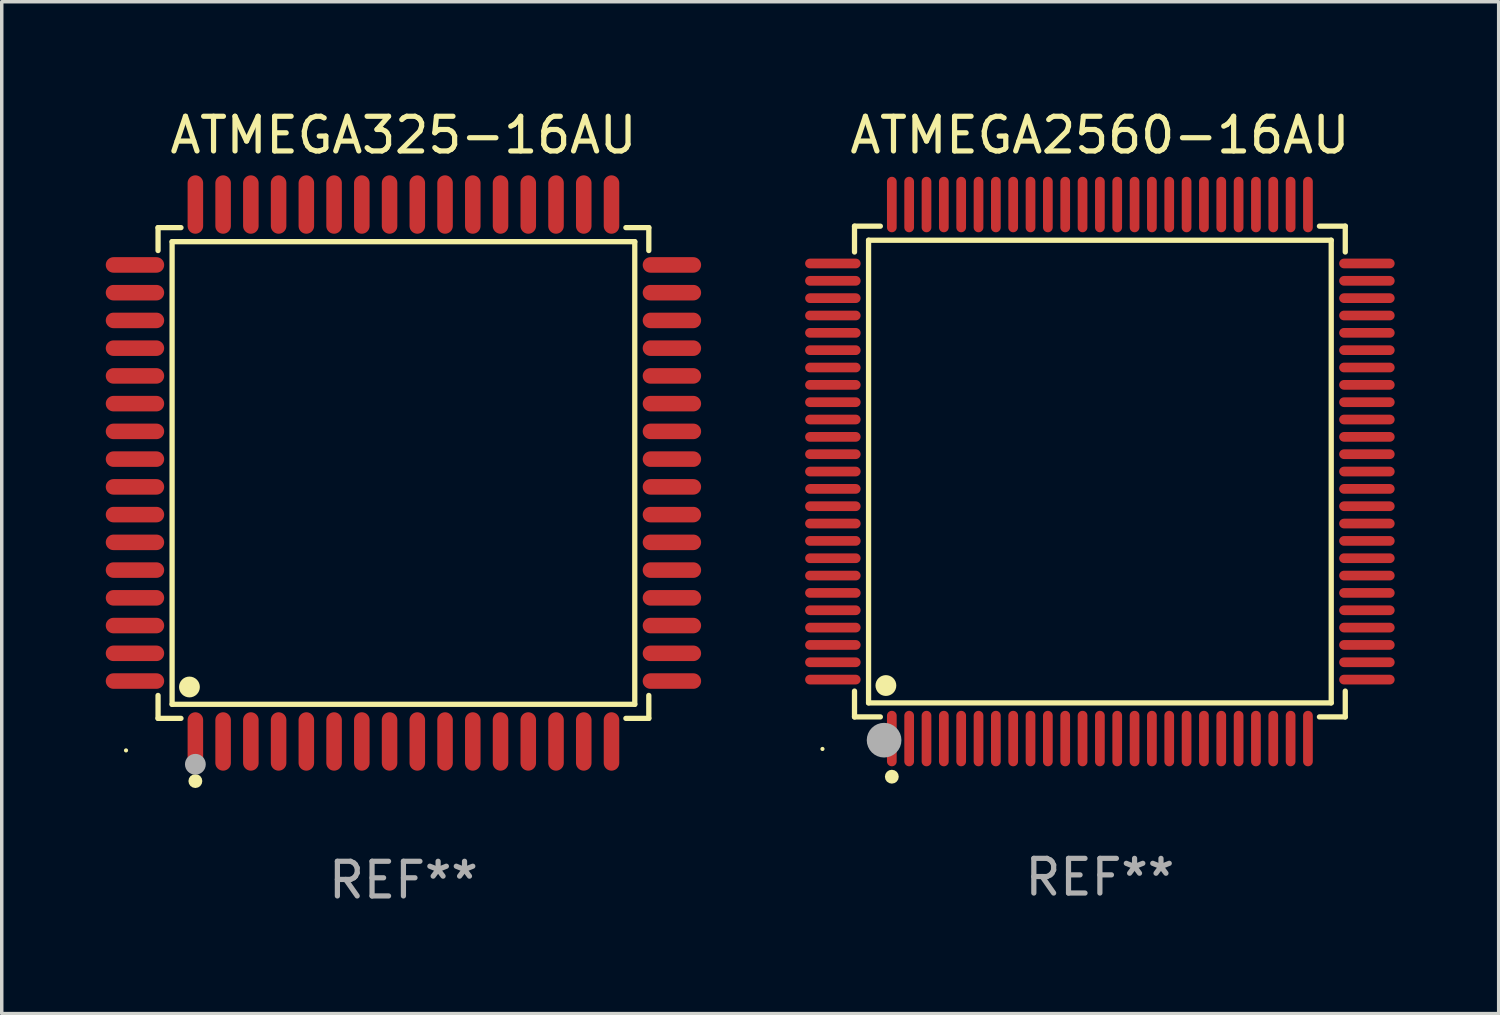
<source format=kicad_pcb>
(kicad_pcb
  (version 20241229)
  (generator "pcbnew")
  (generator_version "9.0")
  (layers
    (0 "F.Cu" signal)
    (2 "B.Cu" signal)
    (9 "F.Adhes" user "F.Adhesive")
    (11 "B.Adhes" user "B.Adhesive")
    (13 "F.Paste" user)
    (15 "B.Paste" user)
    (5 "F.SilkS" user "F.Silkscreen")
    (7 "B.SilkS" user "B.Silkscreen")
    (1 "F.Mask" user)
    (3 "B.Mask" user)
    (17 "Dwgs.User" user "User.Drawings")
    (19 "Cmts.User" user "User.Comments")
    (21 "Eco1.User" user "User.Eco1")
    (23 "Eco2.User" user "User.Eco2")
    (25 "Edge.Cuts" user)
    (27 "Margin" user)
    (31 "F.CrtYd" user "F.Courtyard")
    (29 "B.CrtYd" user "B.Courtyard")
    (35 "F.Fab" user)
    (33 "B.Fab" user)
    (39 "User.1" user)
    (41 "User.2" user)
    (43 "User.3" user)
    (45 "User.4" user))
  (footprint "ATMEGA2560-16AU"
    (layer "F.Cu")
    (at 28.668 10.548)
    (property "Reference" "ATMEGA2560-16AU" (at 0 -9.7 0) (layer "F.SilkS") (effects (font (size 1 1) (thickness 0.15))))
    (attr through_hole)
    (fp_line (start -7.076 -7.076) (end -6.331 -7.076) (stroke (width 0.152) (type solid)) (layer "F.SilkS"))
    (fp_line (start -7.076 -6.331) (end -7.076 -7.076) (stroke (width 0.152) (type solid)) (layer "F.SilkS"))
    (fp_line (start -7.076 6.331) (end -7.076 7.076) (stroke (width 0.152) (type solid)) (layer "F.SilkS"))
    (fp_line (start -7.076 7.076) (end -6.331 7.076) (stroke (width 0.152) (type solid)) (layer "F.SilkS"))
    (fp_line (start -6.671 -6.671) (end 6.671 -6.671) (stroke (width 0.152) (type solid)) (layer "F.SilkS"))
    (fp_line (start -6.671 6.671) (end -6.671 -6.671) (stroke (width 0.152) (type solid)) (layer "F.SilkS"))
    (fp_line (start 6.671 -6.671) (end 6.671 6.671) (stroke (width 0.152) (type solid)) (layer "F.SilkS"))
    (fp_line (start 6.671 6.671) (end -6.671 6.671) (stroke (width 0.152) (type solid)) (layer "F.SilkS"))
    (fp_line (start 7.076 -7.076) (end 6.331 -7.076) (stroke (width 0.152) (type solid)) (layer "F.SilkS"))
    (fp_line (start 7.076 -6.331) (end 7.076 -7.076) (stroke (width 0.152) (type solid)) (layer "F.SilkS"))
    (fp_line (start 7.076 6.331) (end 7.076 7.076) (stroke (width 0.152) (type solid)) (layer "F.SilkS"))
    (fp_line (start 7.076 7.076) (end 6.331 7.076) (stroke (width 0.152) (type solid)) (layer "F.SilkS"))
    (fp_circle (center -8 8) (end -7.97 8) (stroke (width 0.06) (type solid)) (fill no) (layer "F.SilkS"))
    (fp_circle (center -6.171 6.171) (end -6.021 6.171) (stroke (width 0.3) (type solid)) (fill no) (layer "F.SilkS"))
    (fp_circle (center -6 8.8) (end -5.9 8.8) (stroke (width 0.2) (type solid)) (fill no) (layer "F.SilkS"))
    (fp_circle (center -6.223 7.747) (end -5.973 7.747) (stroke (width 0.5) (type solid)) (fill no) (layer "F.Fab"))
    (fp_text user "REF**" (at 0 11.7 0) (layer "F.Fab") (effects (font (size 1 1) (thickness 0.15))))
    (pad "1" smd oval (at -6 7.7) (size 0.28 1.6) (layers "F.Cu" "F.Mask" "F.Paste"))
    (pad "2" smd oval (at -5.5 7.7) (size 0.28 1.6) (layers "F.Cu" "F.Mask" "F.Paste"))
    (pad "3" smd oval (at -5 7.7) (size 0.28 1.6) (layers "F.Cu" "F.Mask" "F.Paste"))
    (pad "4" smd oval (at -4.5 7.7) (size 0.28 1.6) (layers "F.Cu" "F.Mask" "F.Paste"))
    (pad "5" smd oval (at -4 7.7) (size 0.28 1.6) (layers "F.Cu" "F.Mask" "F.Paste"))
    (pad "6" smd oval (at -3.5 7.7) (size 0.28 1.6) (layers "F.Cu" "F.Mask" "F.Paste"))
    (pad "7" smd oval (at -3 7.7) (size 0.28 1.6) (layers "F.Cu" "F.Mask" "F.Paste"))
    (pad "8" smd oval (at -2.5 7.7) (size 0.28 1.6) (layers "F.Cu" "F.Mask" "F.Paste"))
    (pad "9" smd oval (at -2 7.7) (size 0.28 1.6) (layers "F.Cu" "F.Mask" "F.Paste"))
    (pad "10" smd oval (at -1.5 7.7) (size 0.28 1.6) (layers "F.Cu" "F.Mask" "F.Paste"))
    (pad "11" smd oval (at -1 7.7) (size 0.28 1.6) (layers "F.Cu" "F.Mask" "F.Paste"))
    (pad "12" smd oval (at -0.5 7.7) (size 0.28 1.6) (layers "F.Cu" "F.Mask" "F.Paste"))
    (pad "13" smd oval (at 0 7.7) (size 0.28 1.6) (layers "F.Cu" "F.Mask" "F.Paste"))
    (pad "14" smd oval (at 0.5 7.7) (size 0.28 1.6) (layers "F.Cu" "F.Mask" "F.Paste"))
    (pad "15" smd oval (at 1 7.7) (size 0.28 1.6) (layers "F.Cu" "F.Mask" "F.Paste"))
    (pad "16" smd oval (at 1.5 7.7) (size 0.28 1.6) (layers "F.Cu" "F.Mask" "F.Paste"))
    (pad "17" smd oval (at 2 7.7) (size 0.28 1.6) (layers "F.Cu" "F.Mask" "F.Paste"))
    (pad "18" smd oval (at 2.5 7.7) (size 0.28 1.6) (layers "F.Cu" "F.Mask" "F.Paste"))
    (pad "19" smd oval (at 3 7.7) (size 0.28 1.6) (layers "F.Cu" "F.Mask" "F.Paste"))
    (pad "20" smd oval (at 3.5 7.7) (size 0.28 1.6) (layers "F.Cu" "F.Mask" "F.Paste"))
    (pad "21" smd oval (at 4 7.7) (size 0.28 1.6) (layers "F.Cu" "F.Mask" "F.Paste"))
    (pad "22" smd oval (at 4.5 7.7) (size 0.28 1.6) (layers "F.Cu" "F.Mask" "F.Paste"))
    (pad "23" smd oval (at 5 7.7) (size 0.28 1.6) (layers "F.Cu" "F.Mask" "F.Paste"))
    (pad "24" smd oval (at 5.5 7.7) (size 0.28 1.6) (layers "F.Cu" "F.Mask" "F.Paste"))
    (pad "25" smd oval (at 6 7.7) (size 0.28 1.6) (layers "F.Cu" "F.Mask" "F.Paste"))
    (pad "26" smd oval (at 7.7 6) (size 1.6 0.28) (layers "F.Cu" "F.Mask" "F.Paste"))
    (pad "27" smd oval (at 7.7 5.5) (size 1.6 0.28) (layers "F.Cu" "F.Mask" "F.Paste"))
    (pad "28" smd oval (at 7.7 5) (size 1.6 0.28) (layers "F.Cu" "F.Mask" "F.Paste"))
    (pad "29" smd oval (at 7.7 4.5) (size 1.6 0.28) (layers "F.Cu" "F.Mask" "F.Paste"))
    (pad "30" smd oval (at 7.7 4) (size 1.6 0.28) (layers "F.Cu" "F.Mask" "F.Paste"))
    (pad "31" smd oval (at 7.7 3.5) (size 1.6 0.28) (layers "F.Cu" "F.Mask" "F.Paste"))
    (pad "32" smd oval (at 7.7 3) (size 1.6 0.28) (layers "F.Cu" "F.Mask" "F.Paste"))
    (pad "33" smd oval (at 7.7 2.5) (size 1.6 0.28) (layers "F.Cu" "F.Mask" "F.Paste"))
    (pad "34" smd oval (at 7.7 2) (size 1.6 0.28) (layers "F.Cu" "F.Mask" "F.Paste"))
    (pad "35" smd oval (at 7.7 1.5) (size 1.6 0.28) (layers "F.Cu" "F.Mask" "F.Paste"))
    (pad "36" smd oval (at 7.7 1) (size 1.6 0.28) (layers "F.Cu" "F.Mask" "F.Paste"))
    (pad "37" smd oval (at 7.7 0.5) (size 1.6 0.28) (layers "F.Cu" "F.Mask" "F.Paste"))
    (pad "38" smd oval (at 7.7 0) (size 1.6 0.28) (layers "F.Cu" "F.Mask" "F.Paste"))
    (pad "39" smd oval (at 7.7 -0.5) (size 1.6 0.28) (layers "F.Cu" "F.Mask" "F.Paste"))
    (pad "40" smd oval (at 7.7 -1) (size 1.6 0.28) (layers "F.Cu" "F.Mask" "F.Paste"))
    (pad "41" smd oval (at 7.7 -1.5) (size 1.6 0.28) (layers "F.Cu" "F.Mask" "F.Paste"))
    (pad "42" smd oval (at 7.7 -2) (size 1.6 0.28) (layers "F.Cu" "F.Mask" "F.Paste"))
    (pad "43" smd oval (at 7.7 -2.5) (size 1.6 0.28) (layers "F.Cu" "F.Mask" "F.Paste"))
    (pad "44" smd oval (at 7.7 -3) (size 1.6 0.28) (layers "F.Cu" "F.Mask" "F.Paste"))
    (pad "45" smd oval (at 7.7 -3.5) (size 1.6 0.28) (layers "F.Cu" "F.Mask" "F.Paste"))
    (pad "46" smd oval (at 7.7 -4) (size 1.6 0.28) (layers "F.Cu" "F.Mask" "F.Paste"))
    (pad "47" smd oval (at 7.7 -4.5) (size 1.6 0.28) (layers "F.Cu" "F.Mask" "F.Paste"))
    (pad "48" smd oval (at 7.7 -5) (size 1.6 0.28) (layers "F.Cu" "F.Mask" "F.Paste"))
    (pad "49" smd oval (at 7.7 -5.5) (size 1.6 0.28) (layers "F.Cu" "F.Mask" "F.Paste"))
    (pad "50" smd oval (at 7.7 -6) (size 1.6 0.28) (layers "F.Cu" "F.Mask" "F.Paste"))
    (pad "51" smd oval (at 6 -7.7) (size 0.28 1.6) (layers "F.Cu" "F.Mask" "F.Paste"))
    (pad "52" smd oval (at 5.5 -7.7) (size 0.28 1.6) (layers "F.Cu" "F.Mask" "F.Paste"))
    (pad "53" smd oval (at 5 -7.7) (size 0.28 1.6) (layers "F.Cu" "F.Mask" "F.Paste"))
    (pad "54" smd oval (at 4.5 -7.7) (size 0.28 1.6) (layers "F.Cu" "F.Mask" "F.Paste"))
    (pad "55" smd oval (at 4 -7.7) (size 0.28 1.6) (layers "F.Cu" "F.Mask" "F.Paste"))
    (pad "56" smd oval (at 3.5 -7.7) (size 0.28 1.6) (layers "F.Cu" "F.Mask" "F.Paste"))
    (pad "57" smd oval (at 3 -7.7) (size 0.28 1.6) (layers "F.Cu" "F.Mask" "F.Paste"))
    (pad "58" smd oval (at 2.5 -7.7) (size 0.28 1.6) (layers "F.Cu" "F.Mask" "F.Paste"))
    (pad "59" smd oval (at 2 -7.7) (size 0.28 1.6) (layers "F.Cu" "F.Mask" "F.Paste"))
    (pad "60" smd oval (at 1.5 -7.7) (size 0.28 1.6) (layers "F.Cu" "F.Mask" "F.Paste"))
    (pad "61" smd oval (at 1 -7.7) (size 0.28 1.6) (layers "F.Cu" "F.Mask" "F.Paste"))
    (pad "62" smd oval (at 0.5 -7.7) (size 0.28 1.6) (layers "F.Cu" "F.Mask" "F.Paste"))
    (pad "63" smd oval (at 0 -7.7) (size 0.28 1.6) (layers "F.Cu" "F.Mask" "F.Paste"))
    (pad "64" smd oval (at -0.5 -7.7) (size 0.28 1.6) (layers "F.Cu" "F.Mask" "F.Paste"))
    (pad "65" smd oval (at -1 -7.7) (size 0.28 1.6) (layers "F.Cu" "F.Mask" "F.Paste"))
    (pad "66" smd oval (at -1.5 -7.7) (size 0.28 1.6) (layers "F.Cu" "F.Mask" "F.Paste"))
    (pad "67" smd oval (at -2 -7.7) (size 0.28 1.6) (layers "F.Cu" "F.Mask" "F.Paste"))
    (pad "68" smd oval (at -2.5 -7.7) (size 0.28 1.6) (layers "F.Cu" "F.Mask" "F.Paste"))
    (pad "69" smd oval (at -3 -7.7) (size 0.28 1.6) (layers "F.Cu" "F.Mask" "F.Paste"))
    (pad "70" smd oval (at -3.5 -7.7) (size 0.28 1.6) (layers "F.Cu" "F.Mask" "F.Paste"))
    (pad "71" smd oval (at -4 -7.7) (size 0.28 1.6) (layers "F.Cu" "F.Mask" "F.Paste"))
    (pad "72" smd oval (at -4.5 -7.7) (size 0.28 1.6) (layers "F.Cu" "F.Mask" "F.Paste"))
    (pad "73" smd oval (at -5 -7.7) (size 0.28 1.6) (layers "F.Cu" "F.Mask" "F.Paste"))
    (pad "74" smd oval (at -5.5 -7.7) (size 0.28 1.6) (layers "F.Cu" "F.Mask" "F.Paste"))
    (pad "75" smd oval (at -6 -7.7) (size 0.28 1.6) (layers "F.Cu" "F.Mask" "F.Paste"))
    (pad "76" smd oval (at -7.7 -6) (size 1.6 0.28) (layers "F.Cu" "F.Mask" "F.Paste"))
    (pad "77" smd oval (at -7.7 -5.5) (size 1.6 0.28) (layers "F.Cu" "F.Mask" "F.Paste"))
    (pad "78" smd oval (at -7.7 -5) (size 1.6 0.28) (layers "F.Cu" "F.Mask" "F.Paste"))
    (pad "79" smd oval (at -7.7 -4.5) (size 1.6 0.28) (layers "F.Cu" "F.Mask" "F.Paste"))
    (pad "80" smd oval (at -7.7 -4) (size 1.6 0.28) (layers "F.Cu" "F.Mask" "F.Paste"))
    (pad "81" smd oval (at -7.7 -3.5) (size 1.6 0.28) (layers "F.Cu" "F.Mask" "F.Paste"))
    (pad "82" smd oval (at -7.7 -3) (size 1.6 0.28) (layers "F.Cu" "F.Mask" "F.Paste"))
    (pad "83" smd oval (at -7.7 -2.5) (size 1.6 0.28) (layers "F.Cu" "F.Mask" "F.Paste"))
    (pad "84" smd oval (at -7.7 -2) (size 1.6 0.28) (layers "F.Cu" "F.Mask" "F.Paste"))
    (pad "85" smd oval (at -7.7 -1.5) (size 1.6 0.28) (layers "F.Cu" "F.Mask" "F.Paste"))
    (pad "86" smd oval (at -7.7 -1) (size 1.6 0.28) (layers "F.Cu" "F.Mask" "F.Paste"))
    (pad "87" smd oval (at -7.7 -0.5) (size 1.6 0.28) (layers "F.Cu" "F.Mask" "F.Paste"))
    (pad "88" smd oval (at -7.7 0) (size 1.6 0.28) (layers "F.Cu" "F.Mask" "F.Paste"))
    (pad "89" smd oval (at -7.7 0.5) (size 1.6 0.28) (layers "F.Cu" "F.Mask" "F.Paste"))
    (pad "90" smd oval (at -7.7 1) (size 1.6 0.28) (layers "F.Cu" "F.Mask" "F.Paste"))
    (pad "91" smd oval (at -7.7 1.5) (size 1.6 0.28) (layers "F.Cu" "F.Mask" "F.Paste"))
    (pad "92" smd oval (at -7.7 2) (size 1.6 0.28) (layers "F.Cu" "F.Mask" "F.Paste"))
    (pad "93" smd oval (at -7.7 2.5) (size 1.6 0.28) (layers "F.Cu" "F.Mask" "F.Paste"))
    (pad "94" smd oval (at -7.7 3) (size 1.6 0.28) (layers "F.Cu" "F.Mask" "F.Paste"))
    (pad "95" smd oval (at -7.7 3.5) (size 1.6 0.28) (layers "F.Cu" "F.Mask" "F.Paste"))
    (pad "96" smd oval (at -7.7 4) (size 1.6 0.28) (layers "F.Cu" "F.Mask" "F.Paste"))
    (pad "97" smd oval (at -7.7 4.5) (size 1.6 0.28) (layers "F.Cu" "F.Mask" "F.Paste"))
    (pad "98" smd oval (at -7.7 5) (size 1.6 0.28) (layers "F.Cu" "F.Mask" "F.Paste"))
    (pad "99" smd oval (at -7.7 5.5) (size 1.6 0.28) (layers "F.Cu" "F.Mask" "F.Paste"))
    (pad "100" smd oval (at -7.7 6) (size 1.6 0.28) (layers "F.Cu" "F.Mask" "F.Paste")))
  (footprint "ATMEGA325-16AU"
    (layer "F.Cu")
    (at 8.584 10.59)
    (property "Reference" "ATMEGA325-16AU" (at 0 -9.742 0) (layer "F.SilkS") (effects (font (size 1 1) (thickness 0.15))))
    (attr through_hole)
    (fp_line (start -7.076 -7.076) (end -6.415 -7.076) (stroke (width 0.152) (type solid)) (layer "F.SilkS"))
    (fp_line (start -7.076 -6.415) (end -7.076 -7.076) (stroke (width 0.152) (type solid)) (layer "F.SilkS"))
    (fp_line (start -7.076 6.415) (end -7.076 7.076) (stroke (width 0.152) (type solid)) (layer "F.SilkS"))
    (fp_line (start -7.076 7.076) (end -6.415 7.076) (stroke (width 0.152) (type solid)) (layer "F.SilkS"))
    (fp_line (start -6.671 -6.671) (end 6.671 -6.671) (stroke (width 0.152) (type solid)) (layer "F.SilkS"))
    (fp_line (start -6.671 6.671) (end -6.671 -6.671) (stroke (width 0.152) (type solid)) (layer "F.SilkS"))
    (fp_line (start 6.671 -6.671) (end 6.671 6.671) (stroke (width 0.152) (type solid)) (layer "F.SilkS"))
    (fp_line (start 6.671 6.671) (end -6.671 6.671) (stroke (width 0.152) (type solid)) (layer "F.SilkS"))
    (fp_line (start 7.076 -7.076) (end 6.415 -7.076) (stroke (width 0.152) (type solid)) (layer "F.SilkS"))
    (fp_line (start 7.076 -6.415) (end 7.076 -7.076) (stroke (width 0.152) (type solid)) (layer "F.SilkS"))
    (fp_line (start 7.076 6.415) (end 7.076 7.076) (stroke (width 0.152) (type solid)) (layer "F.SilkS"))
    (fp_line (start 7.076 7.076) (end 6.415 7.076) (stroke (width 0.152) (type solid)) (layer "F.SilkS"))
    (fp_circle (center -8 8) (end -7.97 8) (stroke (width 0.06) (type solid)) (fill no) (layer "F.SilkS"))
    (fp_circle (center -6.171 6.171) (end -6.021 6.171) (stroke (width 0.3) (type solid)) (fill no) (layer "F.SilkS"))
    (fp_circle (center -6 8.884) (end -5.9 8.884) (stroke (width 0.2) (type solid)) (fill no) (layer "F.SilkS"))
    (fp_circle (center -6 8.4) (end -5.85 8.4) (stroke (width 0.3) (type solid)) (fill no) (layer "F.Fab"))
    (fp_text user "REF**" (at 0 11.742 0) (layer "F.Fab") (effects (font (size 1 1) (thickness 0.15))))
    (pad "1" smd oval (at -6 7.742) (size 0.448 1.684) (layers "F.Cu" "F.Mask" "F.Paste"))
    (pad "2" smd oval (at -5.2 7.742) (size 0.448 1.684) (layers "F.Cu" "F.Mask" "F.Paste"))
    (pad "3" smd oval (at -4.4 7.742) (size 0.448 1.684) (layers "F.Cu" "F.Mask" "F.Paste"))
    (pad "4" smd oval (at -3.6 7.742) (size 0.448 1.684) (layers "F.Cu" "F.Mask" "F.Paste"))
    (pad "5" smd oval (at -2.8 7.742) (size 0.448 1.684) (layers "F.Cu" "F.Mask" "F.Paste"))
    (pad "6" smd oval (at -2 7.742) (size 0.448 1.684) (layers "F.Cu" "F.Mask" "F.Paste"))
    (pad "7" smd oval (at -1.2 7.742) (size 0.448 1.684) (layers "F.Cu" "F.Mask" "F.Paste"))
    (pad "8" smd oval (at -0.4 7.742) (size 0.448 1.684) (layers "F.Cu" "F.Mask" "F.Paste"))
    (pad "9" smd oval (at 0.4 7.742) (size 0.448 1.684) (layers "F.Cu" "F.Mask" "F.Paste"))
    (pad "10" smd oval (at 1.2 7.742) (size 0.448 1.684) (layers "F.Cu" "F.Mask" "F.Paste"))
    (pad "11" smd oval (at 2 7.742) (size 0.448 1.684) (layers "F.Cu" "F.Mask" "F.Paste"))
    (pad "12" smd oval (at 2.8 7.742) (size 0.448 1.684) (layers "F.Cu" "F.Mask" "F.Paste"))
    (pad "13" smd oval (at 3.6 7.742) (size 0.448 1.684) (layers "F.Cu" "F.Mask" "F.Paste"))
    (pad "14" smd oval (at 4.4 7.742) (size 0.448 1.684) (layers "F.Cu" "F.Mask" "F.Paste"))
    (pad "15" smd oval (at 5.2 7.742) (size 0.448 1.684) (layers "F.Cu" "F.Mask" "F.Paste"))
    (pad "16" smd oval (at 6 7.742) (size 0.448 1.684) (layers "F.Cu" "F.Mask" "F.Paste"))
    (pad "17" smd oval (at 7.742 6) (size 1.684 0.448) (layers "F.Cu" "F.Mask" "F.Paste"))
    (pad "18" smd oval (at 7.742 5.2) (size 1.684 0.448) (layers "F.Cu" "F.Mask" "F.Paste"))
    (pad "19" smd oval (at 7.742 4.4) (size 1.684 0.448) (layers "F.Cu" "F.Mask" "F.Paste"))
    (pad "20" smd oval (at 7.742 3.6) (size 1.684 0.448) (layers "F.Cu" "F.Mask" "F.Paste"))
    (pad "21" smd oval (at 7.742 2.8) (size 1.684 0.448) (layers "F.Cu" "F.Mask" "F.Paste"))
    (pad "22" smd oval (at 7.742 2) (size 1.684 0.448) (layers "F.Cu" "F.Mask" "F.Paste"))
    (pad "23" smd oval (at 7.742 1.2) (size 1.684 0.448) (layers "F.Cu" "F.Mask" "F.Paste"))
    (pad "24" smd oval (at 7.742 0.4) (size 1.684 0.448) (layers "F.Cu" "F.Mask" "F.Paste"))
    (pad "25" smd oval (at 7.742 -0.4) (size 1.684 0.448) (layers "F.Cu" "F.Mask" "F.Paste"))
    (pad "26" smd oval (at 7.742 -1.2) (size 1.684 0.448) (layers "F.Cu" "F.Mask" "F.Paste"))
    (pad "27" smd oval (at 7.742 -2) (size 1.684 0.448) (layers "F.Cu" "F.Mask" "F.Paste"))
    (pad "28" smd oval (at 7.742 -2.8) (size 1.684 0.448) (layers "F.Cu" "F.Mask" "F.Paste"))
    (pad "29" smd oval (at 7.742 -3.6) (size 1.684 0.448) (layers "F.Cu" "F.Mask" "F.Paste"))
    (pad "30" smd oval (at 7.742 -4.4) (size 1.684 0.448) (layers "F.Cu" "F.Mask" "F.Paste"))
    (pad "31" smd oval (at 7.742 -5.2) (size 1.684 0.448) (layers "F.Cu" "F.Mask" "F.Paste"))
    (pad "32" smd oval (at 7.742 -6) (size 1.684 0.448) (layers "F.Cu" "F.Mask" "F.Paste"))
    (pad "33" smd oval (at 6 -7.742) (size 0.448 1.684) (layers "F.Cu" "F.Mask" "F.Paste"))
    (pad "34" smd oval (at 5.2 -7.742) (size 0.448 1.684) (layers "F.Cu" "F.Mask" "F.Paste"))
    (pad "35" smd oval (at 4.4 -7.742) (size 0.448 1.684) (layers "F.Cu" "F.Mask" "F.Paste"))
    (pad "36" smd oval (at 3.6 -7.742) (size 0.448 1.684) (layers "F.Cu" "F.Mask" "F.Paste"))
    (pad "37" smd oval (at 2.8 -7.742) (size 0.448 1.684) (layers "F.Cu" "F.Mask" "F.Paste"))
    (pad "38" smd oval (at 2 -7.742) (size 0.448 1.684) (layers "F.Cu" "F.Mask" "F.Paste"))
    (pad "39" smd oval (at 1.2 -7.742) (size 0.448 1.684) (layers "F.Cu" "F.Mask" "F.Paste"))
    (pad "40" smd oval (at 0.4 -7.742) (size 0.448 1.684) (layers "F.Cu" "F.Mask" "F.Paste"))
    (pad "41" smd oval (at -0.4 -7.742) (size 0.448 1.684) (layers "F.Cu" "F.Mask" "F.Paste"))
    (pad "42" smd oval (at -1.2 -7.742) (size 0.448 1.684) (layers "F.Cu" "F.Mask" "F.Paste"))
    (pad "43" smd oval (at -2 -7.742) (size 0.448 1.684) (layers "F.Cu" "F.Mask" "F.Paste"))
    (pad "44" smd oval (at -2.8 -7.742) (size 0.448 1.684) (layers "F.Cu" "F.Mask" "F.Paste"))
    (pad "45" smd oval (at -3.6 -7.742) (size 0.448 1.684) (layers "F.Cu" "F.Mask" "F.Paste"))
    (pad "46" smd oval (at -4.4 -7.742) (size 0.448 1.684) (layers "F.Cu" "F.Mask" "F.Paste"))
    (pad "47" smd oval (at -5.2 -7.742) (size 0.448 1.684) (layers "F.Cu" "F.Mask" "F.Paste"))
    (pad "48" smd oval (at -6 -7.742) (size 0.448 1.684) (layers "F.Cu" "F.Mask" "F.Paste"))
    (pad "49" smd oval (at -7.742 -6) (size 1.684 0.448) (layers "F.Cu" "F.Mask" "F.Paste"))
    (pad "50" smd oval (at -7.742 -5.2) (size 1.684 0.448) (layers "F.Cu" "F.Mask" "F.Paste"))
    (pad "51" smd oval (at -7.742 -4.4) (size 1.684 0.448) (layers "F.Cu" "F.Mask" "F.Paste"))
    (pad "52" smd oval (at -7.742 -3.6) (size 1.684 0.448) (layers "F.Cu" "F.Mask" "F.Paste"))
    (pad "53" smd oval (at -7.742 -2.8) (size 1.684 0.448) (layers "F.Cu" "F.Mask" "F.Paste"))
    (pad "54" smd oval (at -7.742 -2) (size 1.684 0.448) (layers "F.Cu" "F.Mask" "F.Paste"))
    (pad "55" smd oval (at -7.742 -1.2) (size 1.684 0.448) (layers "F.Cu" "F.Mask" "F.Paste"))
    (pad "56" smd oval (at -7.742 -0.4) (size 1.684 0.448) (layers "F.Cu" "F.Mask" "F.Paste"))
    (pad "57" smd oval (at -7.742 0.4) (size 1.684 0.448) (layers "F.Cu" "F.Mask" "F.Paste"))
    (pad "58" smd oval (at -7.742 1.2) (size 1.684 0.448) (layers "F.Cu" "F.Mask" "F.Paste"))
    (pad "59" smd oval (at -7.742 2) (size 1.684 0.448) (layers "F.Cu" "F.Mask" "F.Paste"))
    (pad "60" smd oval (at -7.742 2.8) (size 1.684 0.448) (layers "F.Cu" "F.Mask" "F.Paste"))
    (pad "61" smd oval (at -7.742 3.6) (size 1.684 0.448) (layers "F.Cu" "F.Mask" "F.Paste"))
    (pad "62" smd oval (at -7.742 4.4) (size 1.684 0.448) (layers "F.Cu" "F.Mask" "F.Paste"))
    (pad "63" smd oval (at -7.742 5.2) (size 1.684 0.448) (layers "F.Cu" "F.Mask" "F.Paste"))
    (pad "64" smd oval (at -7.742 6) (size 1.684 0.448) (layers "F.Cu" "F.Mask" "F.Paste")))
  (gr_rect
    (start -3 -3)
    (end 40.168 26.18)
    (stroke (width 0.1) (type default))
    (fill no)
    (layer "Edge.Cuts")))
</source>
